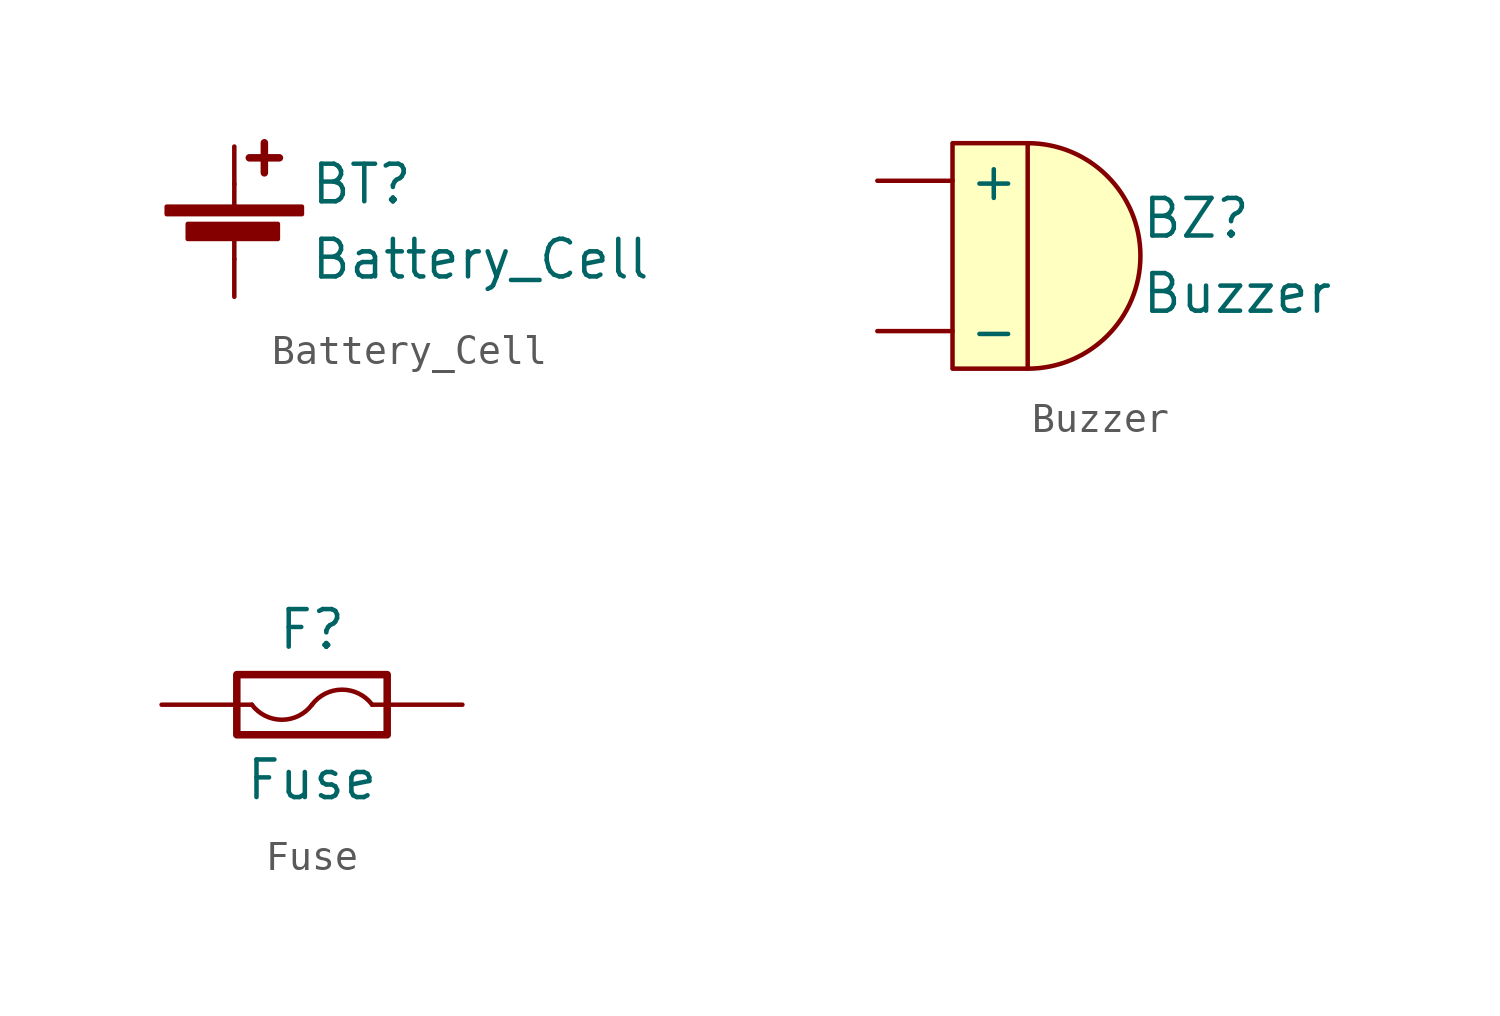
<source format=kicad_sym>
(kicad_symbol_lib
  (version 20220914)
  (generator kicad_symbol_editor)
  (symbol "Battery_Cell"
    (pin_numbers hide)
    (pin_names
      (offset 0) hide)
    (property "Reference" "BT"
      (at 2.54 1.27 0)
      (effects (font (size 1.27 1.27)) (justify left)))
    (property "Value" "Battery_Cell"
      (at 2.54 -1.27 0)
      (effects (font (size 1.27 1.27)) (justify left)))
    (symbol "Battery_Cell_0_1"
      (rectangle (start -2.286 0.508) (end 2.286 0.254) (stroke (width 0) (type default)) (fill (type outline)))
      (rectangle (start -1.575 -0.076) (end 1.473 -0.584) (stroke (width 0) (type default)) (fill (type outline)))
      (polyline (pts (xy 0 -0.508) (xy 0 -1.27)) (stroke (width 0) (type default)) (fill (type none)))
      (polyline (pts (xy 0 0.508) (xy 0 1.27)) (stroke (width 0) (type default)) (fill (type none)))
      (polyline (pts (xy 0.508 2.159) (xy 1.524 2.159)) (stroke (width 0.254) (type default)) (fill (type none)))
      (polyline (pts (xy 1.016 2.667) (xy 1.016 1.651)) (stroke (width 0.254) (type default)) (fill (type none))))
    (symbol "Battery_Cell_1_1"
      (pin passive line (at 0 -2.54 90) (length 1.27) (name "-" (effects (font (size 1.27 1.27)))) (number "1" (effects (font (size 1.27 1.27)))))
      (pin passive line (at 0 2.54 270) (length 1.27) (name "+" (effects (font (size 1.27 1.27)))) (number "2" (effects (font (size 1.27 1.27)))))))
  (symbol "Buzzer"
    (pin_numbers hide)
    (property "Reference" "BZ"
      (at 3.81 1.27 0)
      (effects (font (size 1.27 1.27)) (justify left)))
    (property "Value" "Buzzer"
      (at 3.81 -1.27 0)
      (effects (font (size 1.27 1.27)) (justify left)))
    (symbol "Buzzer_0_1"
      (arc (start 0 -3.81) (mid 3.7934 0) (end 0 3.81) (stroke (width 0) (type default)) (fill (type background))))
    (symbol "Buzzer_1_1"
      (rectangle (start -2.54 3.81) (end 0 -3.81) (stroke (width 0.152) (type default)) (fill (type background)))
      (pin passive line (at -5.08 2.54 0) (length 2.54) (name "+" (effects (font (size 1.27 1.27)))) (number "1" (effects (font (size 1.27 1.27)))))
      (pin passive line (at -5.08 -2.54 0) (length 2.54) (name "-" (effects (font (size 1.27 1.27)))) (number "2" (effects (font (size 1.27 1.27)))))))
  (symbol "Fuse"
    (pin_numbers hide)
    (pin_names
      (offset 0) hide)
    (property "Reference" "F"
      (at 0 2.54 0)
      (effects (font (size 1.27 1.27))))
    (property "Value" "Fuse"
      (at 0 -2.54 0)
      (effects (font (size 1.27 1.27))))
    (symbol "Fuse_0_1"
      (arc (start -2.032 0) (mid -1.016 -0.508) (end 0 0) (stroke (width 0.1524) (type default)) (fill (type none)))
      (arc (start 2.032 0) (mid 1.016 0.508) (end 0 0) (stroke (width 0.1524) (type default)) (fill (type none)))
      (rectangle (start 2.54 -1.016) (end -2.54 1.016) (stroke (width 0.254) (type default)) (fill (type none))))
    (symbol "Fuse_1_1"
      (pin passive line (at -5.08 0 0) (length 3.048) (name "~" (effects (font (size 1.27 1.27)))) (number "1" (effects (font (size 1.27 1.27)))))
      (pin passive line (at 5.08 0 180) (length 3.048) (name "~" (effects (font (size 1.27 1.27)))) (number "2" (effects (font (size 1.27 1.27))))))))
</source>
